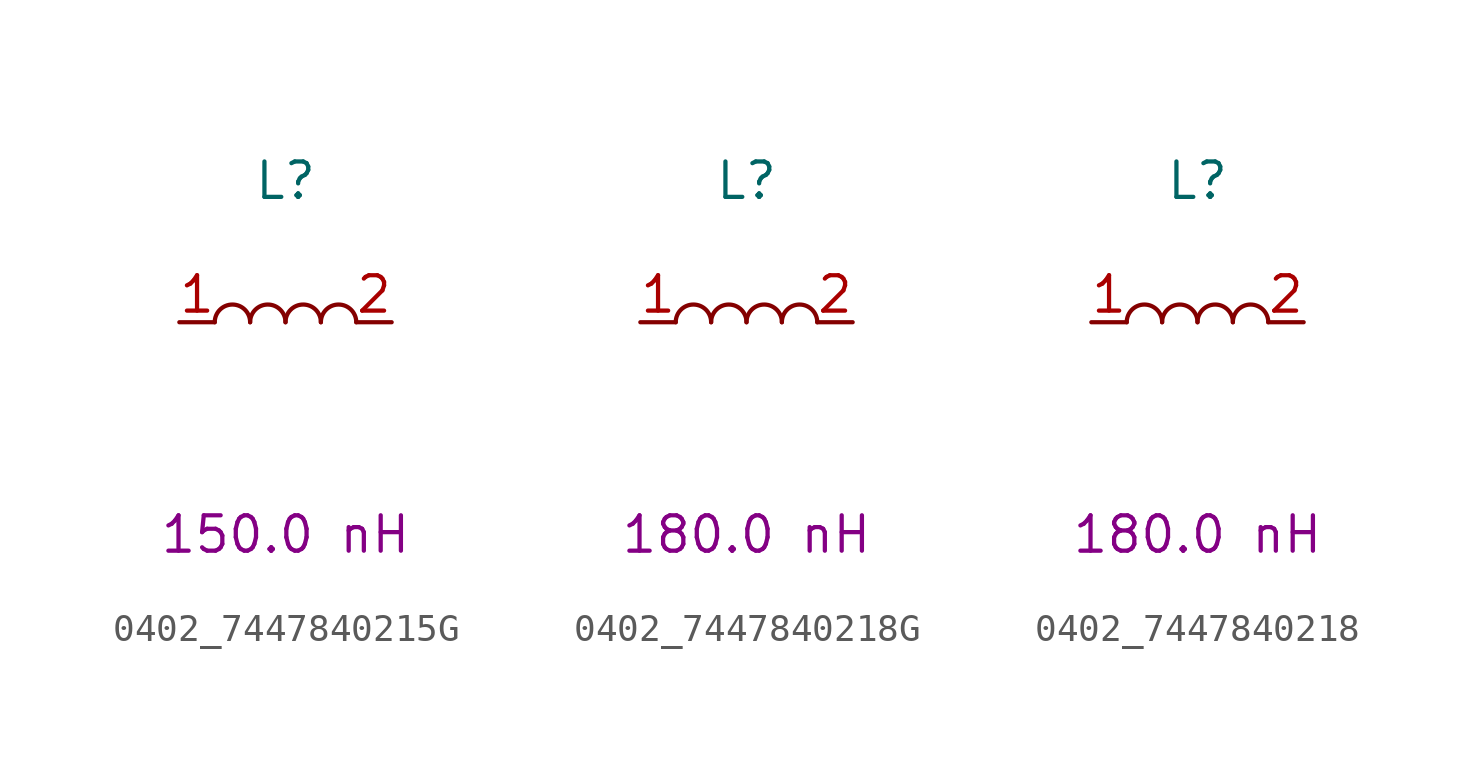
<source format=kicad_sym>
(kicad_symbol_lib
  (version 20220914)
  (generator kicad_symbol_editor)
  (symbol "0402_7447840215G"
    (pin_names hide)
    (property "Reference" "L"
      (at 0 5.08 0)
      (effects (font (size 1.27 1.27))))
    (property "Critical Parameter" "150.0 nH"
      (at 0 -7.62 0)
      (effects (font (size 1.27 1.27))))
    (symbol "0402_7447840215G_0_1"
      (arc (start -1.27 0) (mid -1.905 0.6323) (end -2.54 0) (stroke (width 0) (type default)) (fill (type none)))
      (arc (start 0 0) (mid -0.635 0.6323) (end -1.27 0) (stroke (width 0) (type default)) (fill (type none)))
      (arc (start 1.27 0) (mid 0.635 0.6323) (end 0 0) (stroke (width 0) (type default)) (fill (type none)))
      (arc (start 2.54 0) (mid 1.905 0.6323) (end 1.27 0) (stroke (width 0) (type default)) (fill (type none))))
    (symbol "0402_7447840215G_1_1"
      (pin passive line (at -3.81 0 0) (length 1.27) (name "1" (effects (font (size 1.27 1.27)))) (number "1" (effects (font (size 1.27 1.27)))))
      (pin passive line (at 3.81 0 180) (length 1.27) (name "2" (effects (font (size 1.27 1.27)))) (number "2" (effects (font (size 1.27 1.27)))))))
  (symbol "0402_7447840218G"
    (pin_names hide)
    (property "Reference" "L"
      (at 0 5.08 0)
      (effects (font (size 1.27 1.27))))
    (property "Critical Parameter" "180.0 nH"
      (at 0 -7.62 0)
      (effects (font (size 1.27 1.27))))
    (symbol "0402_7447840218G_0_1"
      (arc (start -1.27 0) (mid -1.905 0.6323) (end -2.54 0) (stroke (width 0) (type default)) (fill (type none)))
      (arc (start 0 0) (mid -0.635 0.6323) (end -1.27 0) (stroke (width 0) (type default)) (fill (type none)))
      (arc (start 1.27 0) (mid 0.635 0.6323) (end 0 0) (stroke (width 0) (type default)) (fill (type none)))
      (arc (start 2.54 0) (mid 1.905 0.6323) (end 1.27 0) (stroke (width 0) (type default)) (fill (type none))))
    (symbol "0402_7447840218G_1_1"
      (pin passive line (at -3.81 0 0) (length 1.27) (name "1" (effects (font (size 1.27 1.27)))) (number "1" (effects (font (size 1.27 1.27)))))
      (pin passive line (at 3.81 0 180) (length 1.27) (name "2" (effects (font (size 1.27 1.27)))) (number "2" (effects (font (size 1.27 1.27)))))))
  (symbol "0402_7447840218"
    (pin_names hide)
    (property "Reference" "L"
      (at 0 5.08 0)
      (effects (font (size 1.27 1.27))))
    (property "Critical Parameter" "180.0 nH"
      (at 0 -7.62 0)
      (effects (font (size 1.27 1.27))))
    (symbol "0402_7447840218_0_1"
      (arc (start -1.27 0) (mid -1.905 0.6323) (end -2.54 0) (stroke (width 0) (type default)) (fill (type none)))
      (arc (start 0 0) (mid -0.635 0.6323) (end -1.27 0) (stroke (width 0) (type default)) (fill (type none)))
      (arc (start 1.27 0) (mid 0.635 0.6323) (end 0 0) (stroke (width 0) (type default)) (fill (type none)))
      (arc (start 2.54 0) (mid 1.905 0.6323) (end 1.27 0) (stroke (width 0) (type default)) (fill (type none))))
    (symbol "0402_7447840218_1_1"
      (pin passive line (at -3.81 0 0) (length 1.27) (name "1" (effects (font (size 1.27 1.27)))) (number "1" (effects (font (size 1.27 1.27)))))
      (pin passive line (at 3.81 0 180) (length 1.27) (name "2" (effects (font (size 1.27 1.27)))) (number "2" (effects (font (size 1.27 1.27))))))))
</source>
